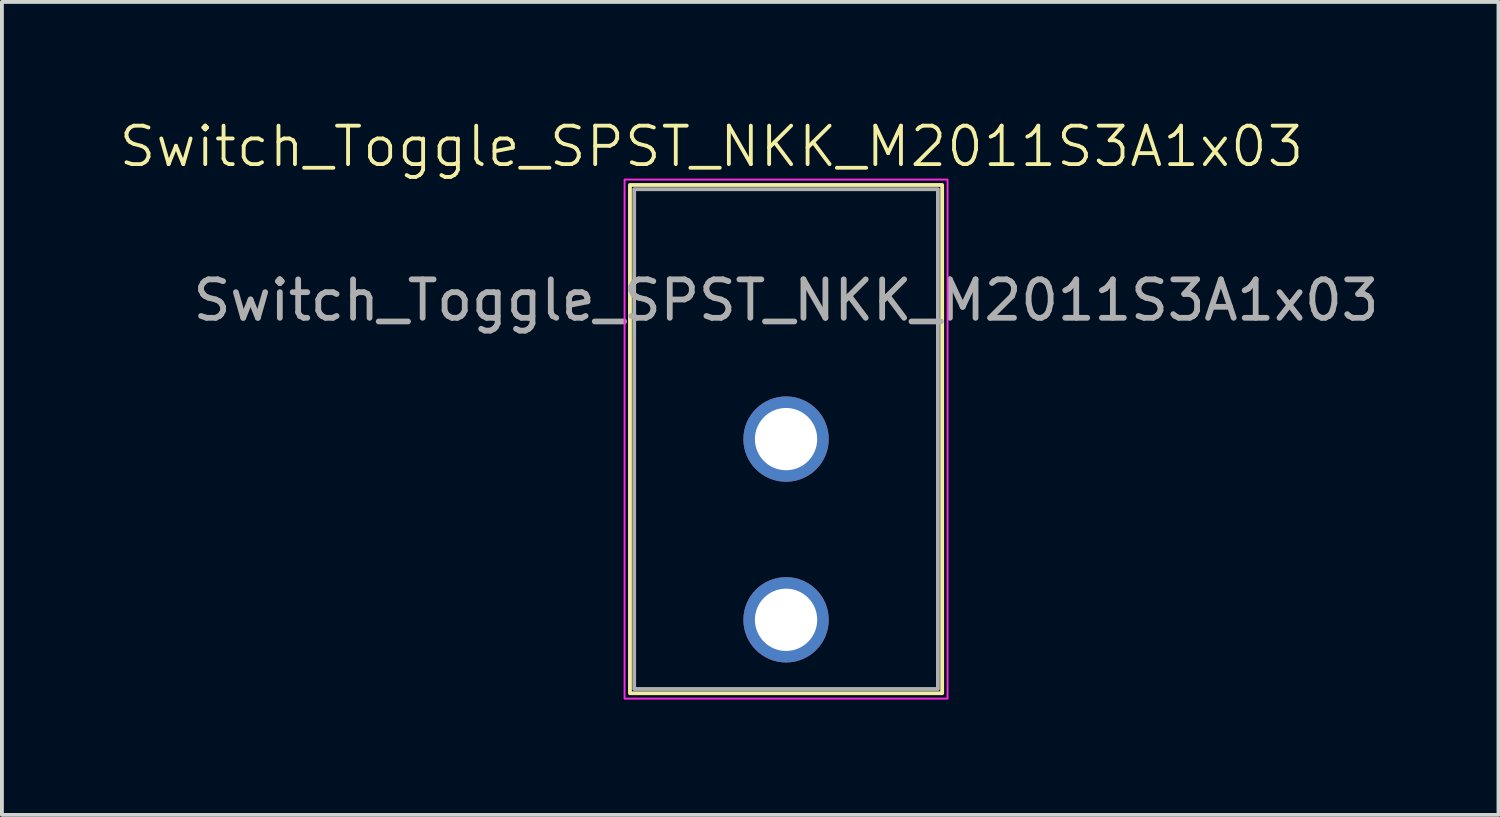
<source format=kicad_pcb>
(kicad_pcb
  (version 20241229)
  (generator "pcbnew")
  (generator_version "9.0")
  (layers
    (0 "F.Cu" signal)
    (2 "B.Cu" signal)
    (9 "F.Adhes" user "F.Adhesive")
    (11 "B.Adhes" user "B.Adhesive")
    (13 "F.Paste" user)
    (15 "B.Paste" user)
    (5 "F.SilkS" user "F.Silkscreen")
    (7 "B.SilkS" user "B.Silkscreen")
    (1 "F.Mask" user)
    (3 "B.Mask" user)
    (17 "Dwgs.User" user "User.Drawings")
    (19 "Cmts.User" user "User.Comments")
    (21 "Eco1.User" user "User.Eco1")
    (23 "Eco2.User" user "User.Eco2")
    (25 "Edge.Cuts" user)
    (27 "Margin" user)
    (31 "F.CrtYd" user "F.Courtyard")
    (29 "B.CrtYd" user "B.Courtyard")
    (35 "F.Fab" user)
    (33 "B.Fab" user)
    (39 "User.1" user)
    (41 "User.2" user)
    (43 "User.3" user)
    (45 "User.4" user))
  (footprint "Switch_Toggle_SPST_NKK_M2011S3A1x03"
    (layer "F.Cu")
    (at 17.395 3.671)
    (property "Reference" "Switch_Toggle_SPST_NKK_M2011S3A1x03" (at -1.94 -2.91 0) (unlocked yes) (layer "F.SilkS") (effects (font (size 1 1) (thickness 0.1))))
    (attr through_hole)
    (fp_rect (start 4.06 -1.91) (end -4.06 11.31) (stroke (width 0.1) (type default)) (fill no) (layer "F.SilkS"))
    (fp_rect (start -4.2 -2.05) (end 4.2 11.45) (stroke (width 0.05) (type default)) (fill no) (layer "F.CrtYd"))
    (fp_rect (start 3.95 -1.8) (end -3.95 11.2) (stroke (width 0.1) (type default)) (fill no) (layer "F.Fab"))
    (fp_text user "${REFERENCE}" (at 0 1.09 0) (unlocked yes) (layer "F.Fab") (effects (font (size 1 1) (thickness 0.15))))
    (pad "2" thru_hole circle (at 0 4.7) (size 2.22 2.22) (drill 1.62) (layers "*.Cu" "*.Mask"))
    (pad "3" thru_hole circle (at 0 9.4) (size 2.22 2.22) (drill 1.62) (layers "*.Cu" "*.Mask")))
  (gr_rect
    (start -3 -3)
    (end 35.925 18.145)
    (stroke (width 0.1) (type default))
    (fill no)
    (layer "Edge.Cuts")))
</source>
